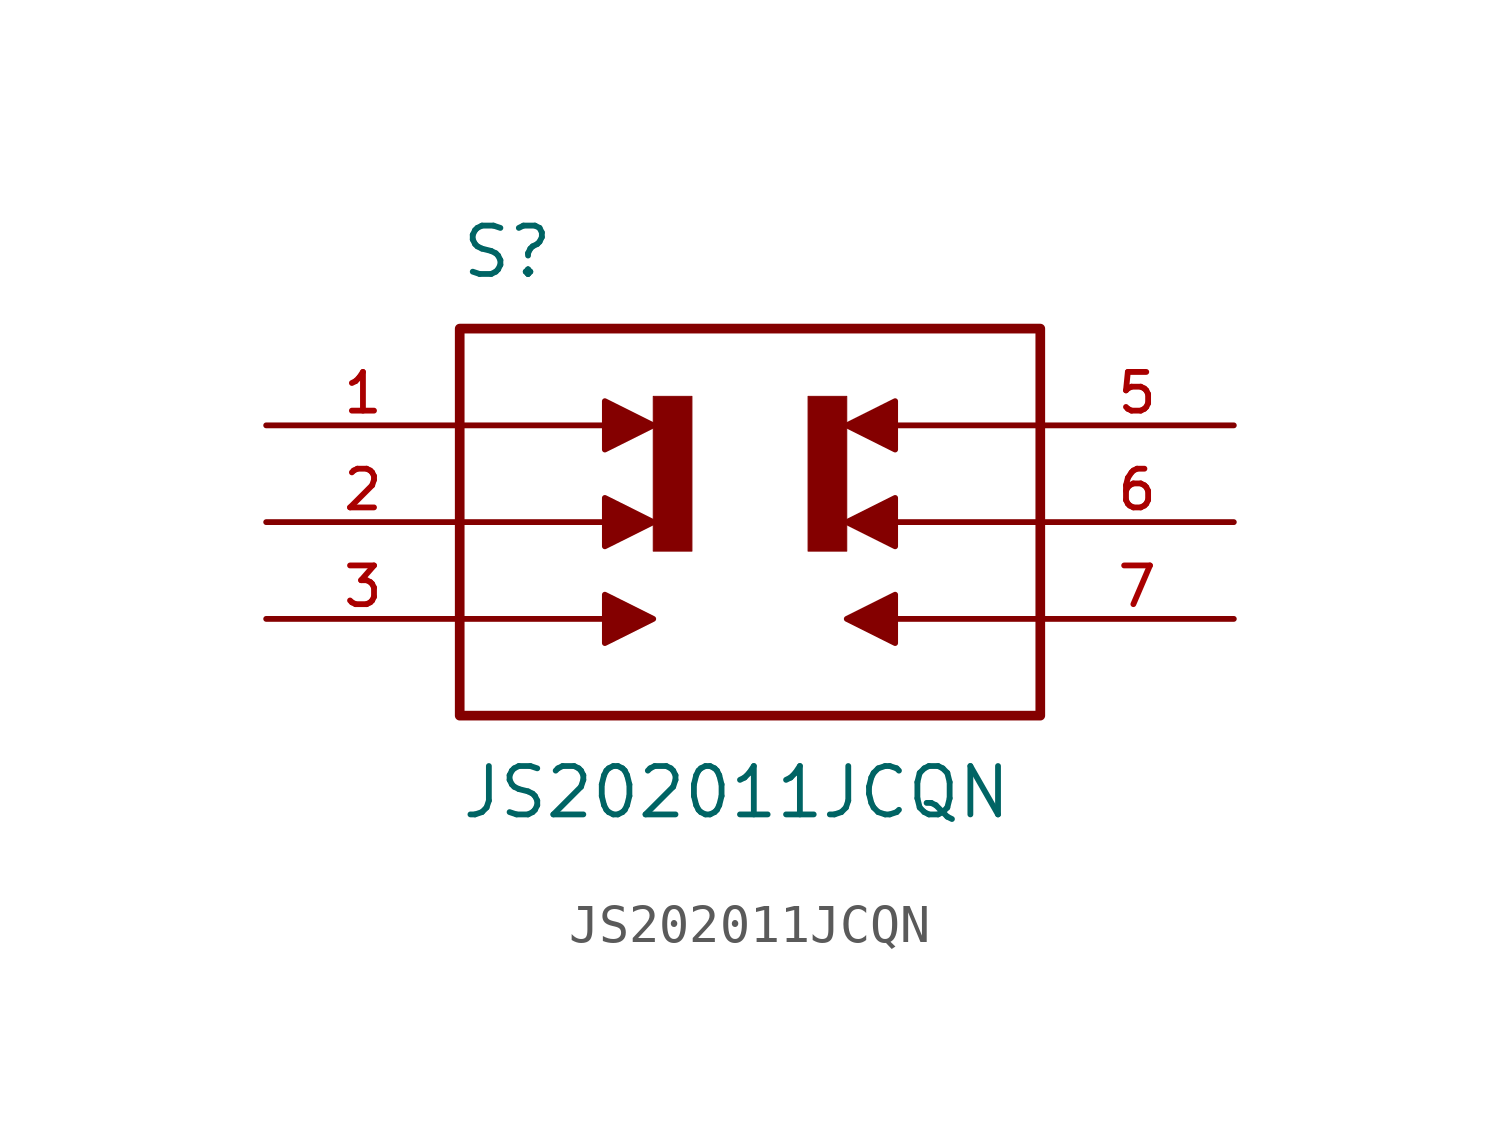
<source format=kicad_sym>
(kicad_symbol_lib
  (version 20231120)
  (generator "kicad_symbol_editor")
  (generator_version "8.0")
  (symbol "JS202011JCQN"
    (pin_names
      (offset 1.016))
    (property "Reference" "S"
      (at -7.62 6.35 0)
      (effects (font (size 1.27 1.27)) (justify left bottom)))
    (property "Value" "JS202011JCQN"
      (at -7.62 -6.35 0)
      (effects (font (size 1.27 1.27)) (justify left top)))
    (symbol "JS202011JCQN_0_0"
      (rectangle (start -7.62 5.08) (end 7.62 -5.08) (stroke (width 0.254) (type default)) (fill (type none)))
      (polyline (pts (xy -7.62 -2.54) (xy -3.81 -2.54)) (stroke (width 0.152) (type default)) (fill (type none)))
      (polyline (pts (xy -7.62 0) (xy -3.81 0)) (stroke (width 0.152) (type default)) (fill (type none)))
      (polyline (pts (xy -7.62 2.54) (xy -3.81 2.54)) (stroke (width 0.152) (type default)) (fill (type none)))
      (polyline (pts (xy 7.62 -2.54) (xy 3.81 -2.54)) (stroke (width 0.152) (type default)) (fill (type none)))
      (polyline (pts (xy 7.62 0) (xy 3.81 0)) (stroke (width 0.152) (type default)) (fill (type none)))
      (polyline (pts (xy 7.62 2.54) (xy 3.81 2.54)) (stroke (width 0.152) (type default)) (fill (type none)))
      (polyline (pts (xy -3.81 -1.905) (xy -3.81 -3.175) (xy -2.54 -2.54) (xy -3.81 -1.905)) (stroke (width 0.152) (type default)) (fill (type outline)))
      (polyline (pts (xy -3.81 0.635) (xy -3.81 -0.635) (xy -2.54 0) (xy -3.81 0.635)) (stroke (width 0.152) (type default)) (fill (type outline)))
      (polyline (pts (xy -3.81 3.175) (xy -3.81 1.905) (xy -2.54 2.54) (xy -3.81 3.175)) (stroke (width 0.152) (type default)) (fill (type outline)))
      (polyline (pts (xy 3.81 -3.175) (xy 3.81 -1.905) (xy 2.54 -2.54) (xy 3.81 -3.175)) (stroke (width 0.152) (type default)) (fill (type outline)))
      (polyline (pts (xy 3.81 -0.635) (xy 3.81 0.635) (xy 2.54 0) (xy 3.81 -0.635)) (stroke (width 0.152) (type default)) (fill (type outline)))
      (polyline (pts (xy 3.81 1.905) (xy 3.81 3.175) (xy 2.54 2.54) (xy 3.81 1.905)) (stroke (width 0.152) (type default)) (fill (type outline)))
      (polyline (pts (xy -2.54 3.302) (xy -2.54 -0.762) (xy -1.524 -0.762) (xy -1.524 3.302) (xy -2.54 3.302)) (stroke (width 0.025) (type default)) (fill (type outline)))
      (polyline (pts (xy 1.524 3.302) (xy 1.524 -0.762) (xy 2.54 -0.762) (xy 2.54 3.302) (xy 1.524 3.302)) (stroke (width 0.025) (type default)) (fill (type outline)))
      (pin passive line (at -12.7 2.54 0) (length 5.08) (name "~" (effects (font (size 1.016 1.016)))) (number "1" (effects (font (size 1.016 1.016)))))
      (pin passive line (at -12.7 0 0) (length 5.08) (name "~" (effects (font (size 1.016 1.016)))) (number "2" (effects (font (size 1.016 1.016)))))
      (pin passive line (at -12.7 -2.54 0) (length 5.08) (name "~" (effects (font (size 1.016 1.016)))) (number "3" (effects (font (size 1.016 1.016)))))
      (pin passive line (at 12.7 2.54 180) (length 5.08) (name "~" (effects (font (size 1.016 1.016)))) (number "5" (effects (font (size 1.016 1.016)))))
      (pin passive line (at 12.7 0 180) (length 5.08) (name "~" (effects (font (size 1.016 1.016)))) (number "6" (effects (font (size 1.016 1.016)))))
      (pin passive line (at 12.7 -2.54 180) (length 5.08) (name "~" (effects (font (size 1.016 1.016)))) (number "7" (effects (font (size 1.016 1.016))))))))
</source>
